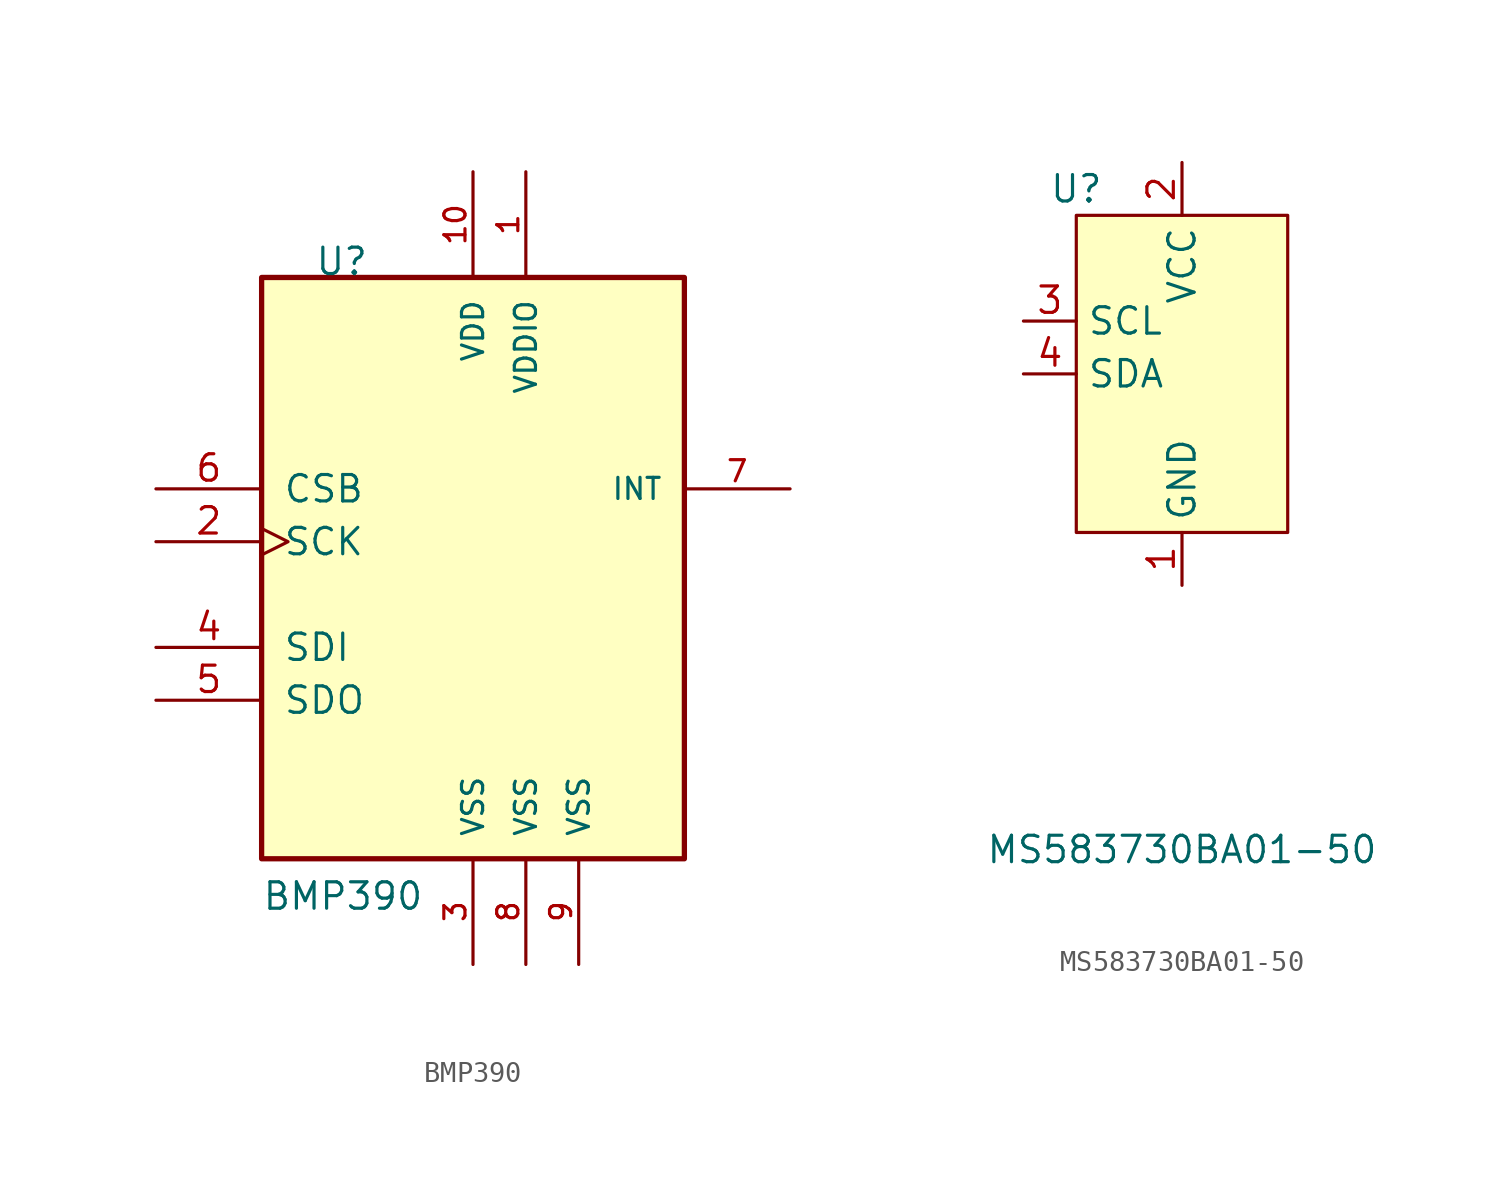
<source format=kicad_sym>
(kicad_symbol_lib
  (version 20210619)
  (generator kicad_symbol_editor)
  (symbol "Sensor_Pressure_U:BMP390"
    (pin_names
      (offset 1.016))
    (property "Reference" "U"
      (at -7.62 15.265 0)
      (effects (font (size 1.27 1.27)) (justify left bottom)))
    (property "Value" "BMP390"
      (at -10.16 -15.24 0)
      (effects (font (size 1.27 1.27)) (justify left bottom)))
    (symbol "BMP390_0_0"
      (rectangle (start -10.16 15.24) (end 10.16 -12.7) (stroke (width 0.254)) (fill (type background)))
      (pin power_in line (at 2.54 20.32 270) (length 5.08) (name "VDDIO" (effects (font (size 1.016 1.016)))) (number "1" (effects (font (size 1.016 1.016)))))
      (pin power_in line (at 0 20.32 270) (length 5.08) (name "VDD" (effects (font (size 1.016 1.016)))) (number "10" (effects (font (size 1.016 1.016)))))
      (pin input clock (at -15.24 2.54 0) (length 5.08) (name "SCK" (effects (font (size 1.27 1.27)))) (number "2" (effects (font (size 1.27 1.27)))))
      (pin power_in line (at 0 -17.78 90) (length 5.08) (name "VSS" (effects (font (size 1.016 1.016)))) (number "3" (effects (font (size 1.016 1.016)))))
      (pin bidirectional line (at -15.24 -2.54 0) (length 5.08) (name "SDI" (effects (font (size 1.27 1.27)))) (number "4" (effects (font (size 1.27 1.27)))))
      (pin bidirectional line (at -15.24 -5.08 0) (length 5.08) (name "SDO" (effects (font (size 1.27 1.27)))) (number "5" (effects (font (size 1.27 1.27)))))
      (pin input line (at -15.24 5.08 0) (length 5.08) (name "CSB" (effects (font (size 1.27 1.27)))) (number "6" (effects (font (size 1.27 1.27)))))
      (pin output line (at 15.24 5.08 180) (length 5.08) (name "INT" (effects (font (size 1.016 1.016)))) (number "7" (effects (font (size 1.016 1.016)))))
      (pin power_in line (at 2.54 -17.78 90) (length 5.08) (name "VSS" (effects (font (size 1.016 1.016)))) (number "8" (effects (font (size 1.016 1.016)))))
      (pin power_in line (at 5.08 -17.78 90) (length 5.08) (name "VSS" (effects (font (size 1.016 1.016)))) (number "9" (effects (font (size 1.016 1.016)))))))
  (symbol "Sensor_Pressure_U:MS583730BA01-50"
    (property "Reference" "U"
      (at -5.08 8.89 0)
      (effects (font (size 1.27 1.27))))
    (property "Value" "MS583730BA01-50"
      (at 0 -22.86 0)
      (effects (font (size 1.27 1.27))))
    (symbol "MS583730BA01-50_0_1"
      (rectangle (start -5.08 7.62) (end 5.08 -7.62) (stroke (width 0)) (fill (type background))))
    (symbol "MS583730BA01-50_1_1"
      (pin power_in line (at 0 -10.16 90) (length 2.54) (name "GND" (effects (font (size 1.27 1.27)))) (number "1" (effects (font (size 1.27 1.27)))))
      (pin power_in line (at 0 10.16 270) (length 2.54) (name "VCC" (effects (font (size 1.27 1.27)))) (number "2" (effects (font (size 1.27 1.27)))))
      (pin input line (at -7.62 2.54 0) (length 2.54) (name "SCL" (effects (font (size 1.27 1.27)))) (number "3" (effects (font (size 1.27 1.27)))))
      (pin bidirectional line (at -7.62 0 0) (length 2.54) (name "SDA" (effects (font (size 1.27 1.27)))) (number "4" (effects (font (size 1.27 1.27))))))))
</source>
